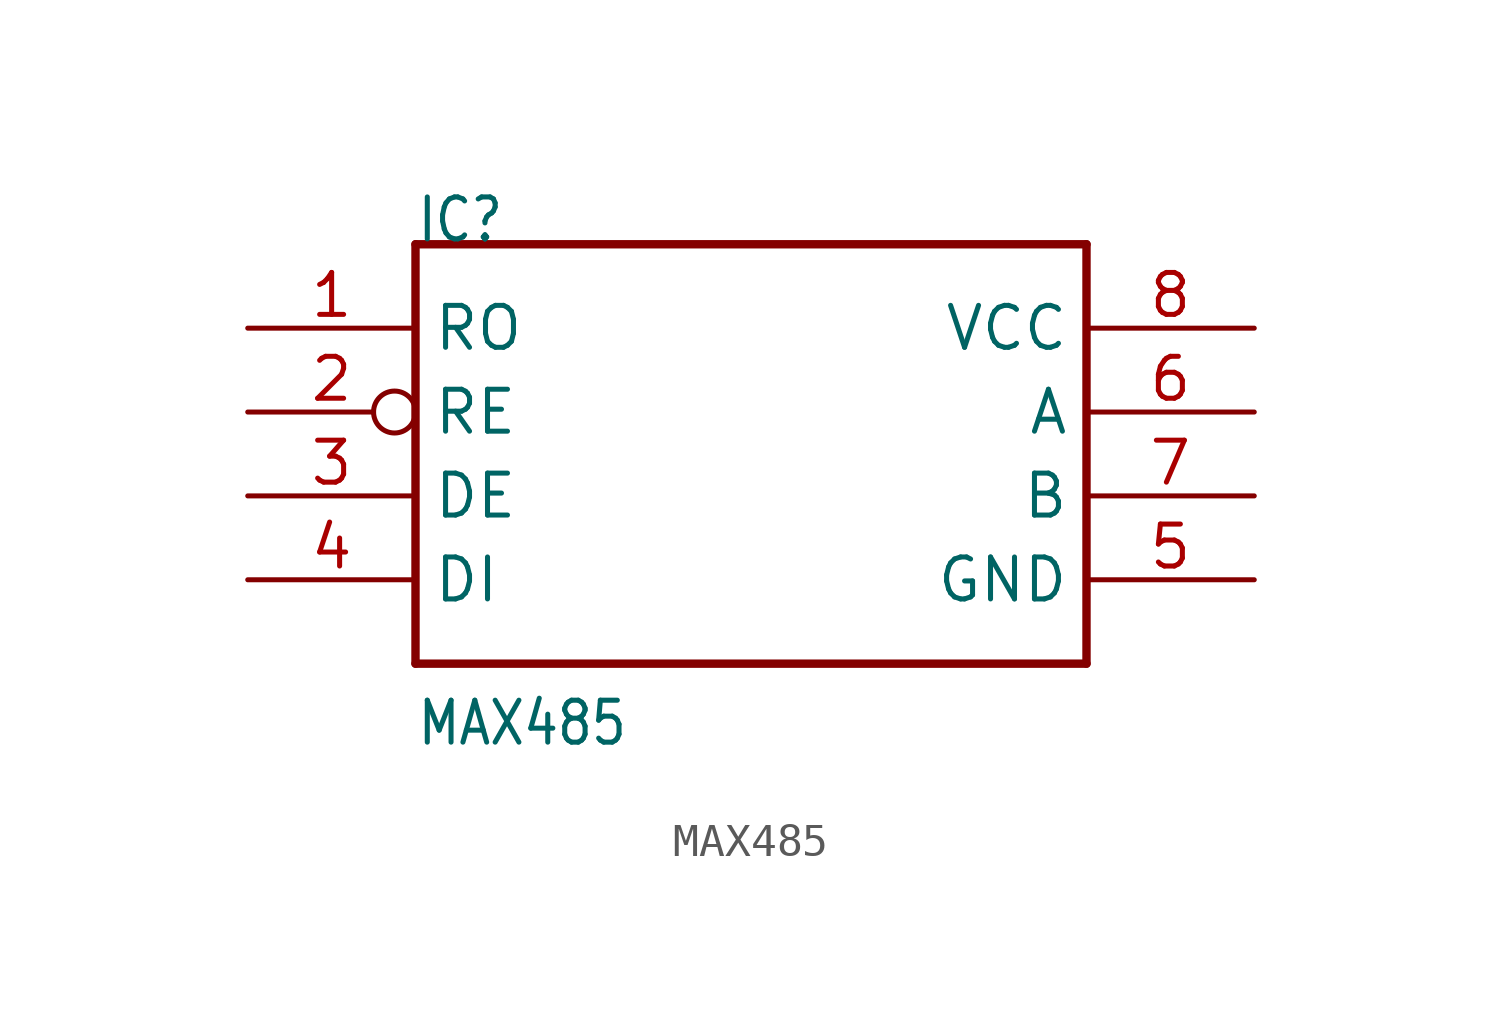
<source format=kicad_sym>
(kicad_symbol_lib
  (version 20211014)
  (generator kicad_symbol_editor)
  (symbol "MAX485"
    (property "Reference" "IC"
      (at -10.16 7.62 0)
      (effects (font (size 1.27 1.079)) (justify left bottom)))
    (property "Value" "MAX485"
      (at -10.16 -7.62 0)
      (effects (font (size 1.27 1.079)) (justify left bottom)))
    (property "ki_locked" ""
      (at 0 0 0)
      (effects (font (size 1.27 1.27))))
    (symbol "MAX485_1_0"
      (polyline (pts (xy -10.16 -5.08) (xy 10.16 -5.08)) (stroke (width 0.254) (type default) (color 0 0 0 0)) (fill (type none)))
      (polyline (pts (xy -10.16 7.62) (xy -10.16 -5.08)) (stroke (width 0.254) (type default) (color 0 0 0 0)) (fill (type none)))
      (polyline (pts (xy 10.16 -5.08) (xy 10.16 7.62)) (stroke (width 0.254) (type default) (color 0 0 0 0)) (fill (type none)))
      (polyline (pts (xy 10.16 7.62) (xy -10.16 7.62)) (stroke (width 0.254) (type default) (color 0 0 0 0)) (fill (type none)))
      (pin bidirectional line (at -15.24 5.08 0) (length 5.08) (name "RO" (effects (font (size 1.27 1.27)))) (number "1" (effects (font (size 1.27 1.27)))))
      (pin bidirectional inverted (at -15.24 2.54 0) (length 5.08) (name "RE" (effects (font (size 1.27 1.27)))) (number "2" (effects (font (size 1.27 1.27)))))
      (pin bidirectional line (at -15.24 0 0) (length 5.08) (name "DE" (effects (font (size 1.27 1.27)))) (number "3" (effects (font (size 1.27 1.27)))))
      (pin bidirectional line (at -15.24 -2.54 0) (length 5.08) (name "DI" (effects (font (size 1.27 1.27)))) (number "4" (effects (font (size 1.27 1.27)))))
      (pin bidirectional line (at 15.24 -2.54 180) (length 5.08) (name "GND" (effects (font (size 1.27 1.27)))) (number "5" (effects (font (size 1.27 1.27)))))
      (pin bidirectional line (at 15.24 2.54 180) (length 5.08) (name "A" (effects (font (size 1.27 1.27)))) (number "6" (effects (font (size 1.27 1.27)))))
      (pin bidirectional line (at 15.24 0 180) (length 5.08) (name "B" (effects (font (size 1.27 1.27)))) (number "7" (effects (font (size 1.27 1.27)))))
      (pin bidirectional line (at 15.24 5.08 180) (length 5.08) (name "VCC" (effects (font (size 1.27 1.27)))) (number "8" (effects (font (size 1.27 1.27))))))))
</source>
